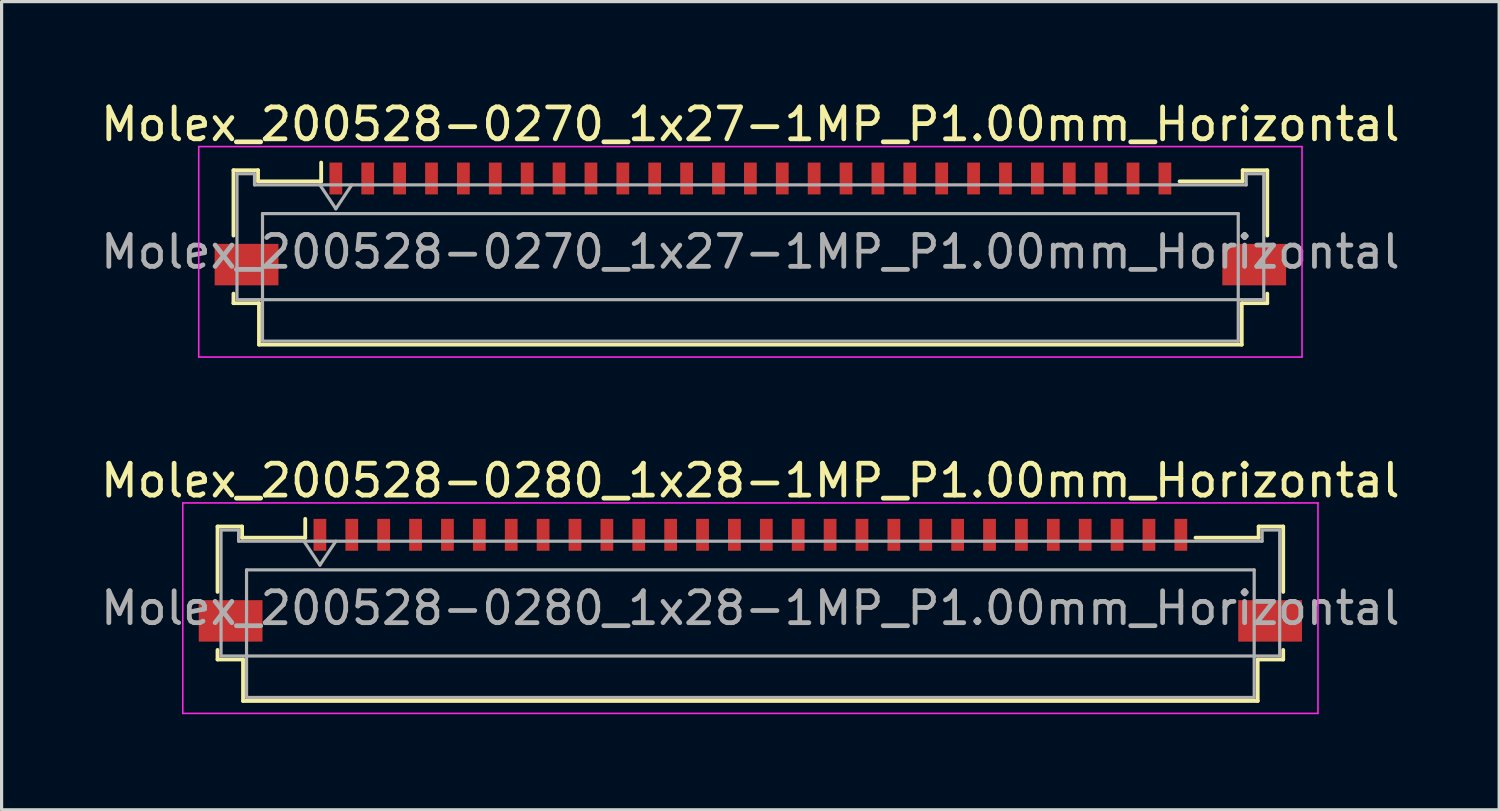
<source format=kicad_pcb>
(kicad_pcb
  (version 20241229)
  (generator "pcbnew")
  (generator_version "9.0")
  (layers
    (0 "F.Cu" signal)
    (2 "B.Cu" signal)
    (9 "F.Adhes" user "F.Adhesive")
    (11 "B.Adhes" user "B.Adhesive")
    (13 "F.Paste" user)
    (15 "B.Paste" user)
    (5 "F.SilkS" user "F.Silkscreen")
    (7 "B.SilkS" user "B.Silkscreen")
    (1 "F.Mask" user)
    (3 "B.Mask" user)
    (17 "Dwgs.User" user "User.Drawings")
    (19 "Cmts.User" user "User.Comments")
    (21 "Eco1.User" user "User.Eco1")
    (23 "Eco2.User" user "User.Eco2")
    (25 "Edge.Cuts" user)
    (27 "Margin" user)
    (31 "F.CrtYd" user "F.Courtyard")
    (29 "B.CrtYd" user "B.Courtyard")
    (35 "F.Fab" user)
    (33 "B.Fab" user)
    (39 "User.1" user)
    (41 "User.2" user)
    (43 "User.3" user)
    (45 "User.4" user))
  (footprint "Molex_200528-0270_1x27-1MP_P1.00mm_Horizontal"
    (layer "F.Cu")
    (at 20.482 3.458)
    (property "Reference" "Molex_200528-0270_1x27-1MP_P1.00mm_Horizontal" (at 0 -2.61 0) (layer "F.SilkS") (effects (font (size 1 1) (thickness 0.15))))
    (attr smd)
    (fp_line (start -16.21 -1.17) (end -16.21 0.88) (stroke (width 0.12) (type solid)) (layer "F.SilkS"))
    (fp_line (start -16.21 2.7) (end -16.21 3) (stroke (width 0.12) (type solid)) (layer "F.SilkS"))
    (fp_line (start -16.21 3) (end -15.41 3) (stroke (width 0.12) (type solid)) (layer "F.SilkS"))
    (fp_line (start -15.44 -1.17) (end -16.21 -1.17) (stroke (width 0.12) (type solid)) (layer "F.SilkS"))
    (fp_line (start -15.44 -0.82) (end -15.44 -1.17) (stroke (width 0.12) (type solid)) (layer "F.SilkS"))
    (fp_line (start -15.41 3) (end -15.41 4.3) (stroke (width 0.12) (type solid)) (layer "F.SilkS"))
    (fp_line (start -15.41 4.3) (end 15.41 4.3) (stroke (width 0.12) (type solid)) (layer "F.SilkS"))
    (fp_line (start -13.46 -1.41) (end -13.46 -0.82) (stroke (width 0.12) (type solid)) (layer "F.SilkS"))
    (fp_line (start -13.46 -0.82) (end -15.44 -0.82) (stroke (width 0.12) (type solid)) (layer "F.SilkS"))
    (fp_line (start 15.41 3) (end 16.21 3) (stroke (width 0.12) (type solid)) (layer "F.SilkS"))
    (fp_line (start 15.41 4.3) (end 15.41 3) (stroke (width 0.12) (type solid)) (layer "F.SilkS"))
    (fp_line (start 15.44 -1.17) (end 15.44 -0.82) (stroke (width 0.12) (type solid)) (layer "F.SilkS"))
    (fp_line (start 15.44 -0.82) (end 13.46 -0.82) (stroke (width 0.12) (type solid)) (layer "F.SilkS"))
    (fp_line (start 16.21 -1.17) (end 15.44 -1.17) (stroke (width 0.12) (type solid)) (layer "F.SilkS"))
    (fp_line (start 16.21 0.88) (end 16.21 -1.17) (stroke (width 0.12) (type solid)) (layer "F.SilkS"))
    (fp_line (start 16.21 3) (end 16.21 2.7) (stroke (width 0.12) (type solid)) (layer "F.SilkS"))
    (fp_line (start -17.3 -1.91) (end -17.3 4.69) (stroke (width 0.05) (type solid)) (layer "F.CrtYd"))
    (fp_line (start -17.3 4.69) (end 17.3 4.69) (stroke (width 0.05) (type solid)) (layer "F.CrtYd"))
    (fp_line (start 17.3 -1.91) (end -17.3 -1.91) (stroke (width 0.05) (type solid)) (layer "F.CrtYd"))
    (fp_line (start 17.3 4.69) (end 17.3 -1.91) (stroke (width 0.05) (type solid)) (layer "F.CrtYd"))
    (fp_line (start -16.1 -1.06) (end -16.1 2.89) (stroke (width 0.1) (type solid)) (layer "F.Fab"))
    (fp_line (start -16.1 2.89) (end 16.1 2.89) (stroke (width 0.1) (type solid)) (layer "F.Fab"))
    (fp_line (start -15.55 -1.06) (end -16.1 -1.06) (stroke (width 0.1) (type solid)) (layer "F.Fab"))
    (fp_line (start -15.55 -0.71) (end -15.55 -1.06) (stroke (width 0.1) (type solid)) (layer "F.Fab"))
    (fp_line (start -15.3 0.19) (end -15.3 4.19) (stroke (width 0.1) (type solid)) (layer "F.Fab"))
    (fp_line (start -15.3 4.19) (end 15.3 4.19) (stroke (width 0.1) (type solid)) (layer "F.Fab"))
    (fp_line (start -13.5 -0.71) (end -13 0.04) (stroke (width 0.1) (type solid)) (layer "F.Fab"))
    (fp_line (start -13 0.04) (end -12.5 -0.71) (stroke (width 0.1) (type solid)) (layer "F.Fab"))
    (fp_line (start 15.3 0.19) (end -15.3 0.19) (stroke (width 0.1) (type solid)) (layer "F.Fab"))
    (fp_line (start 15.3 4.19) (end 15.3 0.19) (stroke (width 0.1) (type solid)) (layer "F.Fab"))
    (fp_line (start 15.55 -1.06) (end 15.55 -0.71) (stroke (width 0.1) (type solid)) (layer "F.Fab"))
    (fp_line (start 15.55 -0.71) (end -15.55 -0.71) (stroke (width 0.1) (type solid)) (layer "F.Fab"))
    (fp_line (start 16.1 -1.06) (end 15.55 -1.06) (stroke (width 0.1) (type solid)) (layer "F.Fab"))
    (fp_line (start 16.1 2.89) (end 16.1 -1.06) (stroke (width 0.1) (type solid)) (layer "F.Fab"))
    (fp_text user "${REFERENCE}" (at 0 1.39 0) (layer "F.Fab") (effects (font (size 1 1) (thickness 0.15))))
    (pad "1" smd rect (at -13 -0.91) (size 0.4 1) (layers "F.Cu" "F.Mask" "F.Paste"))
    (pad "2" smd rect (at -12 -0.91) (size 0.4 1) (layers "F.Cu" "F.Mask" "F.Paste"))
    (pad "3" smd rect (at -11 -0.91) (size 0.4 1) (layers "F.Cu" "F.Mask" "F.Paste"))
    (pad "4" smd rect (at -10 -0.91) (size 0.4 1) (layers "F.Cu" "F.Mask" "F.Paste"))
    (pad "5" smd rect (at -9 -0.91) (size 0.4 1) (layers "F.Cu" "F.Mask" "F.Paste"))
    (pad "6" smd rect (at -8 -0.91) (size 0.4 1) (layers "F.Cu" "F.Mask" "F.Paste"))
    (pad "7" smd rect (at -7 -0.91) (size 0.4 1) (layers "F.Cu" "F.Mask" "F.Paste"))
    (pad "8" smd rect (at -6 -0.91) (size 0.4 1) (layers "F.Cu" "F.Mask" "F.Paste"))
    (pad "9" smd rect (at -5 -0.91) (size 0.4 1) (layers "F.Cu" "F.Mask" "F.Paste"))
    (pad "10" smd rect (at -4 -0.91) (size 0.4 1) (layers "F.Cu" "F.Mask" "F.Paste"))
    (pad "11" smd rect (at -3 -0.91) (size 0.4 1) (layers "F.Cu" "F.Mask" "F.Paste"))
    (pad "12" smd rect (at -2 -0.91) (size 0.4 1) (layers "F.Cu" "F.Mask" "F.Paste"))
    (pad "13" smd rect (at -1 -0.91) (size 0.4 1) (layers "F.Cu" "F.Mask" "F.Paste"))
    (pad "14" smd rect (at 0 -0.91) (size 0.4 1) (layers "F.Cu" "F.Mask" "F.Paste"))
    (pad "15" smd rect (at 1 -0.91) (size 0.4 1) (layers "F.Cu" "F.Mask" "F.Paste"))
    (pad "16" smd rect (at 2 -0.91) (size 0.4 1) (layers "F.Cu" "F.Mask" "F.Paste"))
    (pad "17" smd rect (at 3 -0.91) (size 0.4 1) (layers "F.Cu" "F.Mask" "F.Paste"))
    (pad "18" smd rect (at 4 -0.91) (size 0.4 1) (layers "F.Cu" "F.Mask" "F.Paste"))
    (pad "19" smd rect (at 5 -0.91) (size 0.4 1) (layers "F.Cu" "F.Mask" "F.Paste"))
    (pad "20" smd rect (at 6 -0.91) (size 0.4 1) (layers "F.Cu" "F.Mask" "F.Paste"))
    (pad "21" smd rect (at 7 -0.91) (size 0.4 1) (layers "F.Cu" "F.Mask" "F.Paste"))
    (pad "22" smd rect (at 8 -0.91) (size 0.4 1) (layers "F.Cu" "F.Mask" "F.Paste"))
    (pad "23" smd rect (at 9 -0.91) (size 0.4 1) (layers "F.Cu" "F.Mask" "F.Paste"))
    (pad "24" smd rect (at 10 -0.91) (size 0.4 1) (layers "F.Cu" "F.Mask" "F.Paste"))
    (pad "25" smd rect (at 11 -0.91) (size 0.4 1) (layers "F.Cu" "F.Mask" "F.Paste"))
    (pad "26" smd rect (at 12 -0.91) (size 0.4 1) (layers "F.Cu" "F.Mask" "F.Paste"))
    (pad "27" smd rect (at 13 -0.91) (size 0.4 1) (layers "F.Cu" "F.Mask" "F.Paste"))
    (pad "MP" smd rect (at -15.8 1.79) (size 2 1.3) (layers "F.Cu" "F.Mask" "F.Paste"))
    (pad "MP" smd rect (at 15.8 1.79) (size 2 1.3) (layers "F.Cu" "F.Mask" "F.Paste")))
  (footprint "Molex_200528-0280_1x28-1MP_P1.00mm_Horizontal"
    (layer "F.Cu")
    (at 20.482 14.632)
    (property "Reference" "Molex_200528-0280_1x28-1MP_P1.00mm_Horizontal" (at 0 -2.61 0) (layer "F.SilkS") (effects (font (size 1 1) (thickness 0.15))))
    (attr smd)
    (fp_line (start -16.71 -1.17) (end -16.71 0.88) (stroke (width 0.12) (type solid)) (layer "F.SilkS"))
    (fp_line (start -16.71 2.7) (end -16.71 3) (stroke (width 0.12) (type solid)) (layer "F.SilkS"))
    (fp_line (start -16.71 3) (end -15.91 3) (stroke (width 0.12) (type solid)) (layer "F.SilkS"))
    (fp_line (start -15.94 -1.17) (end -16.71 -1.17) (stroke (width 0.12) (type solid)) (layer "F.SilkS"))
    (fp_line (start -15.94 -0.82) (end -15.94 -1.17) (stroke (width 0.12) (type solid)) (layer "F.SilkS"))
    (fp_line (start -15.91 3) (end -15.91 4.3) (stroke (width 0.12) (type solid)) (layer "F.SilkS"))
    (fp_line (start -15.91 4.3) (end 15.91 4.3) (stroke (width 0.12) (type solid)) (layer "F.SilkS"))
    (fp_line (start -13.96 -1.41) (end -13.96 -0.82) (stroke (width 0.12) (type solid)) (layer "F.SilkS"))
    (fp_line (start -13.96 -0.82) (end -15.94 -0.82) (stroke (width 0.12) (type solid)) (layer "F.SilkS"))
    (fp_line (start 15.91 3) (end 16.71 3) (stroke (width 0.12) (type solid)) (layer "F.SilkS"))
    (fp_line (start 15.91 4.3) (end 15.91 3) (stroke (width 0.12) (type solid)) (layer "F.SilkS"))
    (fp_line (start 15.94 -1.17) (end 15.94 -0.82) (stroke (width 0.12) (type solid)) (layer "F.SilkS"))
    (fp_line (start 15.94 -0.82) (end 13.96 -0.82) (stroke (width 0.12) (type solid)) (layer "F.SilkS"))
    (fp_line (start 16.71 -1.17) (end 15.94 -1.17) (stroke (width 0.12) (type solid)) (layer "F.SilkS"))
    (fp_line (start 16.71 0.88) (end 16.71 -1.17) (stroke (width 0.12) (type solid)) (layer "F.SilkS"))
    (fp_line (start 16.71 3) (end 16.71 2.7) (stroke (width 0.12) (type solid)) (layer "F.SilkS"))
    (fp_line (start -17.8 -1.91) (end -17.8 4.69) (stroke (width 0.05) (type solid)) (layer "F.CrtYd"))
    (fp_line (start -17.8 4.69) (end 17.8 4.69) (stroke (width 0.05) (type solid)) (layer "F.CrtYd"))
    (fp_line (start 17.8 -1.91) (end -17.8 -1.91) (stroke (width 0.05) (type solid)) (layer "F.CrtYd"))
    (fp_line (start 17.8 4.69) (end 17.8 -1.91) (stroke (width 0.05) (type solid)) (layer "F.CrtYd"))
    (fp_line (start -16.6 -1.06) (end -16.6 2.89) (stroke (width 0.1) (type solid)) (layer "F.Fab"))
    (fp_line (start -16.6 2.89) (end 16.6 2.89) (stroke (width 0.1) (type solid)) (layer "F.Fab"))
    (fp_line (start -16.05 -1.06) (end -16.6 -1.06) (stroke (width 0.1) (type solid)) (layer "F.Fab"))
    (fp_line (start -16.05 -0.71) (end -16.05 -1.06) (stroke (width 0.1) (type solid)) (layer "F.Fab"))
    (fp_line (start -15.8 0.19) (end -15.8 4.19) (stroke (width 0.1) (type solid)) (layer "F.Fab"))
    (fp_line (start -15.8 4.19) (end 15.8 4.19) (stroke (width 0.1) (type solid)) (layer "F.Fab"))
    (fp_line (start -14 -0.71) (end -13.5 0.04) (stroke (width 0.1) (type solid)) (layer "F.Fab"))
    (fp_line (start -13.5 0.04) (end -13 -0.71) (stroke (width 0.1) (type solid)) (layer "F.Fab"))
    (fp_line (start 15.8 0.19) (end -15.8 0.19) (stroke (width 0.1) (type solid)) (layer "F.Fab"))
    (fp_line (start 15.8 4.19) (end 15.8 0.19) (stroke (width 0.1) (type solid)) (layer "F.Fab"))
    (fp_line (start 16.05 -1.06) (end 16.05 -0.71) (stroke (width 0.1) (type solid)) (layer "F.Fab"))
    (fp_line (start 16.05 -0.71) (end -16.05 -0.71) (stroke (width 0.1) (type solid)) (layer "F.Fab"))
    (fp_line (start 16.6 -1.06) (end 16.05 -1.06) (stroke (width 0.1) (type solid)) (layer "F.Fab"))
    (fp_line (start 16.6 2.89) (end 16.6 -1.06) (stroke (width 0.1) (type solid)) (layer "F.Fab"))
    (fp_text user "${REFERENCE}" (at 0 1.39 0) (layer "F.Fab") (effects (font (size 1 1) (thickness 0.15))))
    (pad "1" smd rect (at -13.5 -0.91) (size 0.4 1) (layers "F.Cu" "F.Mask" "F.Paste"))
    (pad "2" smd rect (at -12.5 -0.91) (size 0.4 1) (layers "F.Cu" "F.Mask" "F.Paste"))
    (pad "3" smd rect (at -11.5 -0.91) (size 0.4 1) (layers "F.Cu" "F.Mask" "F.Paste"))
    (pad "4" smd rect (at -10.5 -0.91) (size 0.4 1) (layers "F.Cu" "F.Mask" "F.Paste"))
    (pad "5" smd rect (at -9.5 -0.91) (size 0.4 1) (layers "F.Cu" "F.Mask" "F.Paste"))
    (pad "6" smd rect (at -8.5 -0.91) (size 0.4 1) (layers "F.Cu" "F.Mask" "F.Paste"))
    (pad "7" smd rect (at -7.5 -0.91) (size 0.4 1) (layers "F.Cu" "F.Mask" "F.Paste"))
    (pad "8" smd rect (at -6.5 -0.91) (size 0.4 1) (layers "F.Cu" "F.Mask" "F.Paste"))
    (pad "9" smd rect (at -5.5 -0.91) (size 0.4 1) (layers "F.Cu" "F.Mask" "F.Paste"))
    (pad "10" smd rect (at -4.5 -0.91) (size 0.4 1) (layers "F.Cu" "F.Mask" "F.Paste"))
    (pad "11" smd rect (at -3.5 -0.91) (size 0.4 1) (layers "F.Cu" "F.Mask" "F.Paste"))
    (pad "12" smd rect (at -2.5 -0.91) (size 0.4 1) (layers "F.Cu" "F.Mask" "F.Paste"))
    (pad "13" smd rect (at -1.5 -0.91) (size 0.4 1) (layers "F.Cu" "F.Mask" "F.Paste"))
    (pad "14" smd rect (at -0.5 -0.91) (size 0.4 1) (layers "F.Cu" "F.Mask" "F.Paste"))
    (pad "15" smd rect (at 0.5 -0.91) (size 0.4 1) (layers "F.Cu" "F.Mask" "F.Paste"))
    (pad "16" smd rect (at 1.5 -0.91) (size 0.4 1) (layers "F.Cu" "F.Mask" "F.Paste"))
    (pad "17" smd rect (at 2.5 -0.91) (size 0.4 1) (layers "F.Cu" "F.Mask" "F.Paste"))
    (pad "18" smd rect (at 3.5 -0.91) (size 0.4 1) (layers "F.Cu" "F.Mask" "F.Paste"))
    (pad "19" smd rect (at 4.5 -0.91) (size 0.4 1) (layers "F.Cu" "F.Mask" "F.Paste"))
    (pad "20" smd rect (at 5.5 -0.91) (size 0.4 1) (layers "F.Cu" "F.Mask" "F.Paste"))
    (pad "21" smd rect (at 6.5 -0.91) (size 0.4 1) (layers "F.Cu" "F.Mask" "F.Paste"))
    (pad "22" smd rect (at 7.5 -0.91) (size 0.4 1) (layers "F.Cu" "F.Mask" "F.Paste"))
    (pad "23" smd rect (at 8.5 -0.91) (size 0.4 1) (layers "F.Cu" "F.Mask" "F.Paste"))
    (pad "24" smd rect (at 9.5 -0.91) (size 0.4 1) (layers "F.Cu" "F.Mask" "F.Paste"))
    (pad "25" smd rect (at 10.5 -0.91) (size 0.4 1) (layers "F.Cu" "F.Mask" "F.Paste"))
    (pad "26" smd rect (at 11.5 -0.91) (size 0.4 1) (layers "F.Cu" "F.Mask" "F.Paste"))
    (pad "27" smd rect (at 12.5 -0.91) (size 0.4 1) (layers "F.Cu" "F.Mask" "F.Paste"))
    (pad "28" smd rect (at 13.5 -0.91) (size 0.4 1) (layers "F.Cu" "F.Mask" "F.Paste"))
    (pad "MP" smd rect (at -16.3 1.79) (size 2 1.3) (layers "F.Cu" "F.Mask" "F.Paste"))
    (pad "MP" smd rect (at 16.3 1.79) (size 2 1.3) (layers "F.Cu" "F.Mask" "F.Paste")))
  (gr_rect
    (start -3 -3)
    (end 43.964 22.346)
    (stroke (width 0.1) (type default))
    (fill no)
    (layer "Edge.Cuts")))
</source>
